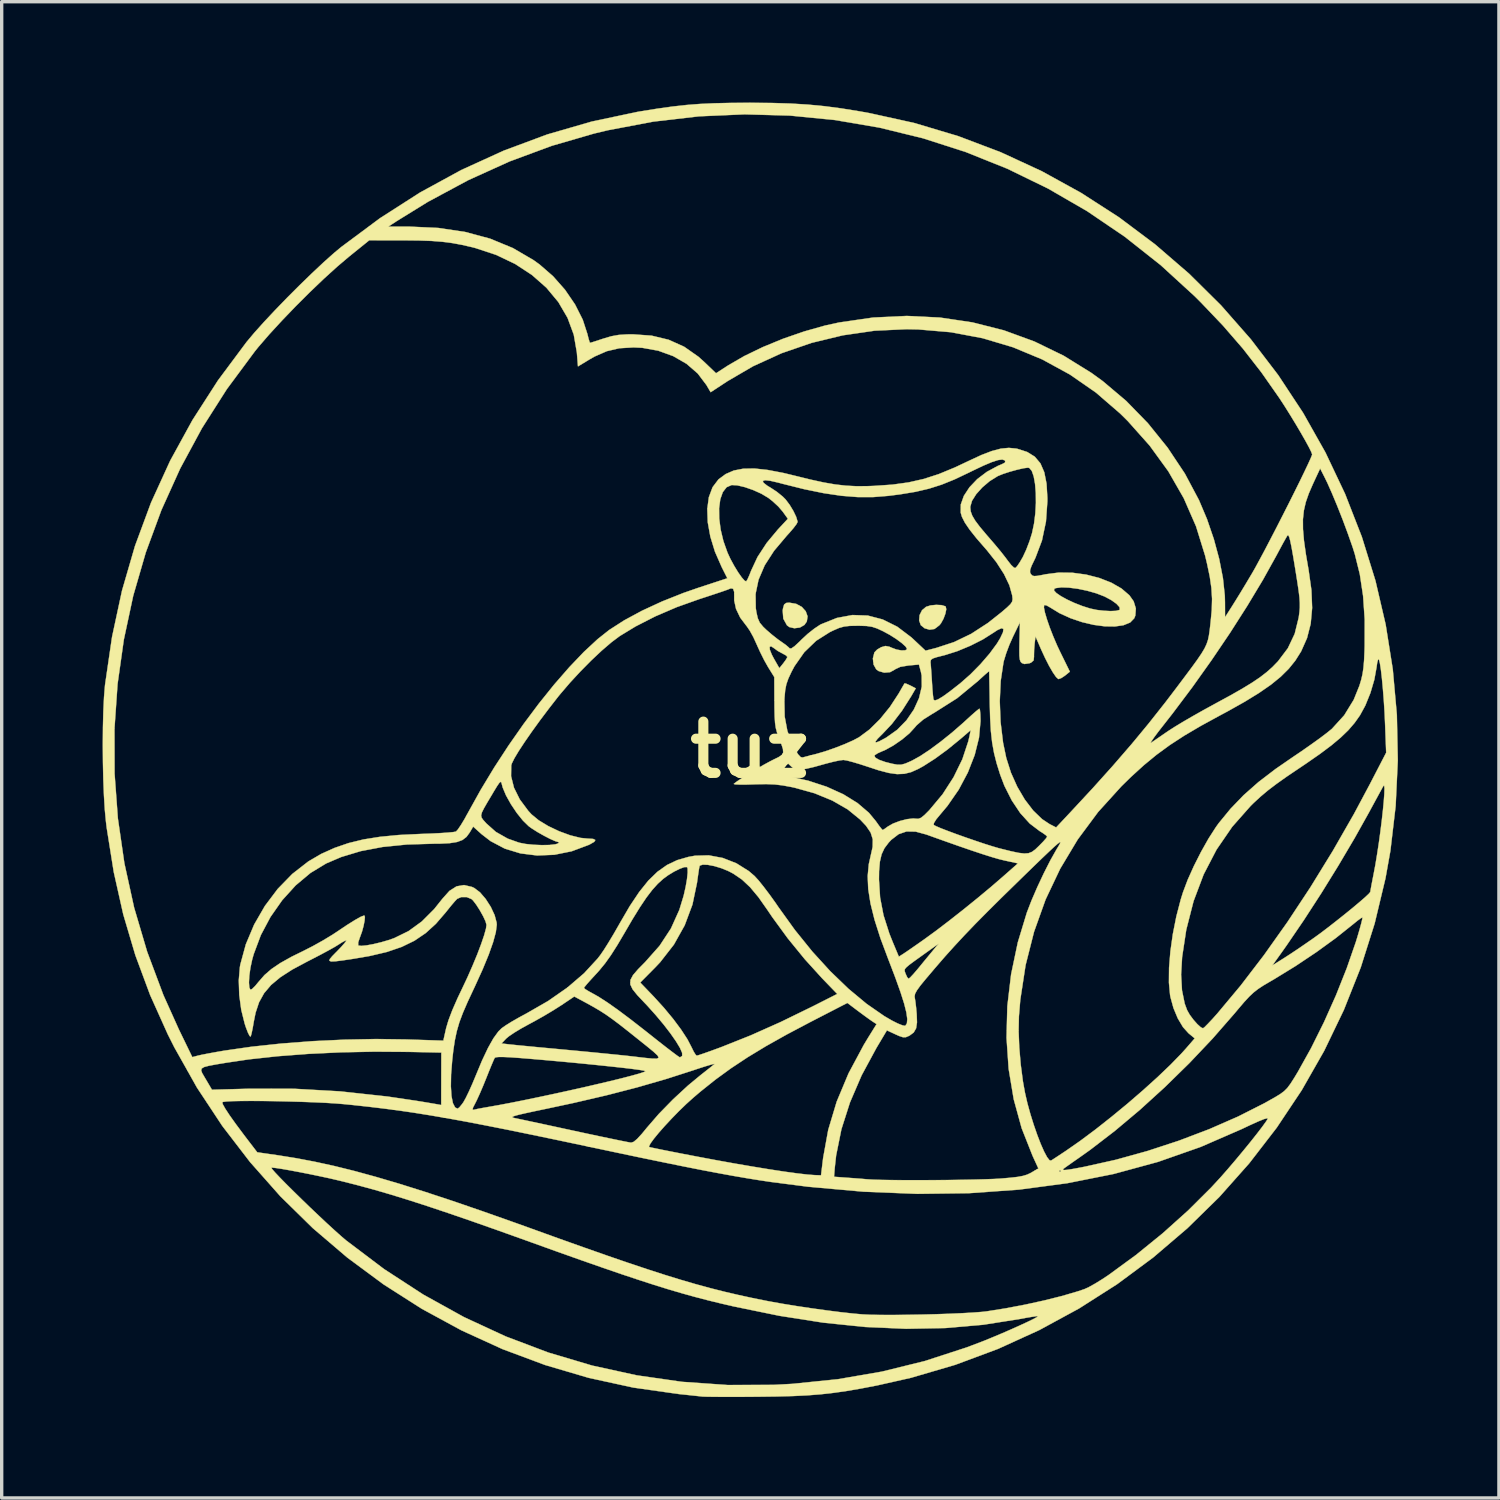
<source format=kicad_pcb>
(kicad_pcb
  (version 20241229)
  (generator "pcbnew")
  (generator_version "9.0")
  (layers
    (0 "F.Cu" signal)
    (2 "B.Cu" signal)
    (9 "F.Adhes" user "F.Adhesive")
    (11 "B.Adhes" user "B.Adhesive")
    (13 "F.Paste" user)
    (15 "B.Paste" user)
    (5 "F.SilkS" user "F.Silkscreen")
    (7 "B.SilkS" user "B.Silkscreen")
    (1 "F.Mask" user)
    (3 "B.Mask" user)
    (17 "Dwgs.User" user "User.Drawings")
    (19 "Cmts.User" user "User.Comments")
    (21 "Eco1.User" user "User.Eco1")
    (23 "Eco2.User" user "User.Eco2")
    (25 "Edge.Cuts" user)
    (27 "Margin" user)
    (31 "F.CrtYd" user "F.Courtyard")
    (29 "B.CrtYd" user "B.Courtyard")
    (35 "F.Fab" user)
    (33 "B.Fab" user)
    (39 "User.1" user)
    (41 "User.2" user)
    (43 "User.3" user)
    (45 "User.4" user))
  (footprint "tuz"
    (layer "F.Cu")
    (at 19.231 19.229)
    (property "Reference" "tuz" (at 0 0 0) (layer "F.SilkS") (effects (font (size 1.524 1.524) (thickness 0.3))))
    (attr through_hole)
    (fp_poly (pts (xy 1.379 -4.334) (xy 1.547 -4.243) (xy 1.664 -4.113) (xy 1.718 -3.962) (xy 1.696 -3.81) (xy 1.626 -3.708) (xy 1.49 -3.63) (xy 1.325 -3.609) (xy 1.173 -3.645) (xy 1.106 -3.696) (xy 0.997 -3.894) (xy 0.979 -4.133) (xy 0.988 -4.195) (xy 1.022 -4.314) (xy 1.085 -4.361) (xy 1.173 -4.369) (xy 1.379 -4.334)) (stroke (width 0.01) (type solid)) (fill yes) (layer "F.SilkS"))
    (fp_poly (pts (xy 5.701 -4.296) (xy 5.811 -4.262) (xy 5.824 -4.251) (xy 5.84 -4.173) (xy 5.814 -4.042) (xy 5.758 -3.892) (xy 5.683 -3.756) (xy 5.635 -3.697) (xy 5.49 -3.587) (xy 5.343 -3.566) (xy 5.196 -3.608) (xy 5.083 -3.7) (xy 5.034 -3.84) (xy 5.047 -3.998) (xy 5.12 -4.145) (xy 5.241 -4.246) (xy 5.375 -4.288) (xy 5.542 -4.304) (xy 5.701 -4.296)) (stroke (width 0.01) (type solid)) (fill yes) (layer "F.SilkS"))
    (fp_poly (pts (xy 0.025 -19.224) (xy 0.656 -19.219) (xy 1.214 -19.202) (xy 1.725 -19.171) (xy 2.218 -19.124) (xy 2.72 -19.058) (xy 3.259 -18.971) (xy 3.556 -18.918) (xy 4.892 -18.623) (xy 6.194 -18.234) (xy 7.457 -17.756) (xy 8.677 -17.192) (xy 9.851 -16.545) (xy 10.975 -15.82) (xy 12.044 -15.019) (xy 13.056 -14.146) (xy 14.006 -13.205) (xy 14.89 -12.199) (xy 15.705 -11.132) (xy 16.446 -10.008) (xy 17.11 -8.83) (xy 17.692 -7.602) (xy 18.19 -6.326) (xy 18.595 -5.021) (xy 18.898 -3.72) (xy 19.11 -2.387) (xy 19.231 -1.036) (xy 19.259 0.322) (xy 19.195 1.672) (xy 19.039 3.004) (xy 18.893 3.821) (xy 18.571 5.165) (xy 18.158 6.47) (xy 17.656 7.733) (xy 17.07 8.951) (xy 16.404 10.119) (xy 15.661 11.233) (xy 14.844 12.292) (xy 13.958 13.289) (xy 13.005 14.223) (xy 11.99 15.09) (xy 10.917 15.885) (xy 9.788 16.605) (xy 8.607 17.247) (xy 7.379 17.807) (xy 6.106 18.281) (xy 4.792 18.666) (xy 3.785 18.893) (xy 3.306 18.985) (xy 2.882 19.058) (xy 2.49 19.114) (xy 2.108 19.157) (xy 1.713 19.188) (xy 1.282 19.209) (xy 0.793 19.222) (xy 0.254 19.229) (xy -0.135 19.232) (xy -0.499 19.233) (xy -0.823 19.233) (xy -1.092 19.231) (xy -1.293 19.228) (xy -1.409 19.224) (xy -1.422 19.222) (xy -1.55 19.208) (xy -1.747 19.187) (xy -1.98 19.162) (xy -2.108 19.149) (xy -3.46 18.957) (xy -4.786 18.668) (xy -6.082 18.286) (xy -7.345 17.815) (xy -8.568 17.256) (xy -9.749 16.614) (xy -10.882 15.891) (xy -11.963 15.091) (xy -12.987 14.217) (xy -13.95 13.272) (xy -14.702 12.422) (xy -14.217 12.422) (xy -14.192 12.466) (xy -14.103 12.568) (xy -13.96 12.719) (xy -13.775 12.908) (xy -13.556 13.125) (xy -13.315 13.361) (xy -13.063 13.605) (xy -12.809 13.846) (xy -12.565 14.075) (xy -12.34 14.281) (xy -12.146 14.455) (xy -11.992 14.586) (xy -11.989 14.588) (xy -10.866 15.436) (xy -9.7 16.194) (xy -8.495 16.861) (xy -7.254 17.436) (xy -5.982 17.917) (xy -4.683 18.303) (xy -3.359 18.593) (xy -2.015 18.786) (xy -0.654 18.881) (xy 0.719 18.876) (xy 1.27 18.846) (xy 2.62 18.708) (xy 3.925 18.483) (xy 5.196 18.17) (xy 6.444 17.764) (xy 6.96 17.568) (xy 7.226 17.459) (xy 7.504 17.342) (xy 7.779 17.222) (xy 8.035 17.107) (xy 8.258 17.004) (xy 8.431 16.919) (xy 8.54 16.86) (xy 8.57 16.833) (xy 8.516 16.836) (xy 8.385 16.855) (xy 8.196 16.887) (xy 8.025 16.919) (xy 6.931 17.091) (xy 5.807 17.188) (xy 4.645 17.21) (xy 3.44 17.157) (xy 2.186 17.028) (xy 0.877 16.823) (xy -0.483 16.544) (xy -0.875 16.453) (xy -1.255 16.36) (xy -1.633 16.261) (xy -2.018 16.154) (xy -2.42 16.036) (xy -2.848 15.903) (xy -3.311 15.753) (xy -3.821 15.583) (xy -4.385 15.389) (xy -5.014 15.169) (xy -5.718 14.919) (xy -6.505 14.636) (xy -6.629 14.591) (xy -7.479 14.287) (xy -8.245 14.017) (xy -8.937 13.779) (xy -9.564 13.569) (xy -10.137 13.384) (xy -10.665 13.221) (xy -11.159 13.077) (xy -11.629 12.949) (xy -12.084 12.833) (xy -12.217 12.801) (xy -12.482 12.739) (xy -12.776 12.676) (xy -13.08 12.613) (xy -13.38 12.554) (xy -13.657 12.502) (xy -13.896 12.46) (xy -14.08 12.432) (xy -14.191 12.42) (xy -14.217 12.422) (xy -14.702 12.422) (xy -14.847 12.259) (xy -15.675 11.181) (xy -16.141 10.475) (xy -15.674 10.475) (xy -15.662 10.534) (xy -15.589 10.665) (xy -15.458 10.865) (xy -15.272 11.126) (xy -15.034 11.445) (xy -14.929 11.583) (xy -14.636 11.965) (xy -14.011 12.055) (xy -13.48 12.14) (xy -12.932 12.244) (xy -12.359 12.369) (xy -11.753 12.519) (xy -11.107 12.696) (xy -10.411 12.901) (xy -9.658 13.138) (xy -8.84 13.408) (xy -7.949 13.714) (xy -6.976 14.058) (xy -6.553 14.21) (xy -5.697 14.519) (xy -4.927 14.793) (xy -4.233 15.037) (xy -3.607 15.252) (xy -3.039 15.442) (xy -2.521 15.609) (xy -2.043 15.756) (xy -1.597 15.886) (xy -1.172 16.002) (xy -0.761 16.106) (xy -0.354 16.201) (xy 0.058 16.291) (xy 0.484 16.377) (xy 0.61 16.401) (xy 0.972 16.466) (xy 1.389 16.534) (xy 1.836 16.601) (xy 2.284 16.663) (xy 2.709 16.717) (xy 3.083 16.758) (xy 3.353 16.782) (xy 3.582 16.793) (xy 3.889 16.798) (xy 4.254 16.799) (xy 4.66 16.795) (xy 5.087 16.788) (xy 5.518 16.777) (xy 5.934 16.763) (xy 6.317 16.746) (xy 6.648 16.727) (xy 6.908 16.707) (xy 7.039 16.692) (xy 7.606 16.602) (xy 8.184 16.492) (xy 8.75 16.368) (xy 9.277 16.236) (xy 9.741 16.1) (xy 9.949 16.03) (xy 10.081 15.969) (xy 10.269 15.864) (xy 10.484 15.731) (xy 10.66 15.614) (xy 11.477 15.017) (xy 12.274 14.37) (xy 13.028 13.693) (xy 13.717 13.007) (xy 13.989 12.712) (xy 14.204 12.467) (xy 14.432 12.2) (xy 14.66 11.926) (xy 14.878 11.659) (xy 15.072 11.414) (xy 15.232 11.205) (xy 15.346 11.047) (xy 15.393 10.972) (xy 15.377 10.953) (xy 15.282 10.978) (xy 15.107 11.049) (xy 14.847 11.167) (xy 14.617 11.276) (xy 13.401 11.805) (xy 12.132 12.25) (xy 10.809 12.61) (xy 9.433 12.884) (xy 8.003 13.074) (xy 6.518 13.18) (xy 4.978 13.2) (xy 3.383 13.136) (xy 1.733 12.988) (xy 0.635 12.847) (xy 0.282 12.794) (xy -0.09 12.734) (xy -0.333 12.692) (xy 2.505 12.692) (xy 2.916 12.722) (xy 3.137 12.738) (xy 3.342 12.754) (xy 3.49 12.767) (xy 3.505 12.768) (xy 3.668 12.778) (xy 3.915 12.785) (xy 4.232 12.79) (xy 4.6 12.793) (xy 5.005 12.793) (xy 5.428 12.792) (xy 5.855 12.789) (xy 6.268 12.783) (xy 6.652 12.776) (xy 6.989 12.767) (xy 7.263 12.757) (xy 7.439 12.747) (xy 7.74 12.721) (xy 7.96 12.696) (xy 8.12 12.666) (xy 8.242 12.629) (xy 8.347 12.58) (xy 8.366 12.569) (xy 8.446 12.522) (xy 9.195 12.522) (xy 9.22 12.548) (xy 9.246 12.522) (xy 9.22 12.497) (xy 9.195 12.522) (xy 8.446 12.522) (xy 8.515 12.482) (xy 9.305 12.482) (xy 9.337 12.493) (xy 9.432 12.486) (xy 9.601 12.46) (xy 9.853 12.413) (xy 9.956 12.393) (xy 10.879 12.187) (xy 11.817 11.927) (xy 12.75 11.621) (xy 13.656 11.277) (xy 14.513 10.902) (xy 15.299 10.504) (xy 15.615 10.326) (xy 15.764 10.235) (xy 15.878 10.151) (xy 15.974 10.056) (xy 16.07 9.927) (xy 16.186 9.745) (xy 16.292 9.569) (xy 16.683 8.867) (xy 17.065 8.098) (xy 17.423 7.296) (xy 17.742 6.494) (xy 18.009 5.724) (xy 18.055 5.575) (xy 18.121 5.35) (xy 18.172 5.164) (xy 18.203 5.035) (xy 18.21 4.985) (xy 18.165 5.006) (xy 18.065 5.078) (xy 17.931 5.187) (xy 17.922 5.194) (xy 17.417 5.597) (xy 16.841 6.015) (xy 16.22 6.43) (xy 15.578 6.824) (xy 15.447 6.9) (xy 15.257 7.012) (xy 15.106 7.112) (xy 14.974 7.215) (xy 14.843 7.338) (xy 14.695 7.498) (xy 14.512 7.713) (xy 14.398 7.849) (xy 13.757 8.583) (xy 13.064 9.315) (xy 12.336 10.028) (xy 11.591 10.706) (xy 10.847 11.331) (xy 10.121 11.889) (xy 9.799 12.118) (xy 9.615 12.246) (xy 9.461 12.355) (xy 9.356 12.43) (xy 9.324 12.455) (xy 9.305 12.482) (xy 8.515 12.482) (xy 8.578 12.446) (xy 8.405 12.069) (xy 8.081 11.25) (xy 7.844 10.387) (xy 7.694 9.488) (xy 7.631 8.564) (xy 7.636 8.355) (xy 7.99 8.355) (xy 8.009 8.845) (xy 8.053 9.358) (xy 8.118 9.856) (xy 8.18 10.199) (xy 8.251 10.507) (xy 8.339 10.826) (xy 8.438 11.143) (xy 8.542 11.443) (xy 8.646 11.713) (xy 8.745 11.938) (xy 8.834 12.105) (xy 8.906 12.199) (xy 8.952 12.212) (xy 9.022 12.168) (xy 9.152 12.083) (xy 9.321 11.971) (xy 9.398 11.92) (xy 9.821 11.625) (xy 10.277 11.285) (xy 10.75 10.911) (xy 11.226 10.519) (xy 11.687 10.121) (xy 12.119 9.731) (xy 12.505 9.362) (xy 12.829 9.029) (xy 12.964 8.879) (xy 13.224 8.579) (xy 13.04 8.428) (xy 12.874 8.243) (xy 12.72 7.984) (xy 12.592 7.678) (xy 12.503 7.354) (xy 12.491 7.291) (xy 12.457 6.922) (xy 12.459 6.683) (xy 12.819 6.683) (xy 12.845 7.149) (xy 12.926 7.547) (xy 12.998 7.741) (xy 13.075 7.877) (xy 13.183 8.023) (xy 13.301 8.156) (xy 13.405 8.25) (xy 13.47 8.28) (xy 13.517 8.244) (xy 13.615 8.146) (xy 13.751 8.002) (xy 13.899 7.836) (xy 14.588 7.011) (xy 15.047 6.412) (xy 15.53 6.412) (xy 15.88 6.192) (xy 16.066 6.072) (xy 16.302 5.915) (xy 16.555 5.741) (xy 16.764 5.596) (xy 16.967 5.449) (xy 17.196 5.275) (xy 17.439 5.085) (xy 17.683 4.891) (xy 17.914 4.703) (xy 18.118 4.532) (xy 18.283 4.389) (xy 18.395 4.284) (xy 18.44 4.23) (xy 18.441 4.227) (xy 18.451 4.165) (xy 18.476 4.026) (xy 18.513 3.835) (xy 18.538 3.708) (xy 18.592 3.422) (xy 18.644 3.106) (xy 18.695 2.774) (xy 18.741 2.437) (xy 18.782 2.11) (xy 18.816 1.805) (xy 18.842 1.536) (xy 18.858 1.315) (xy 18.863 1.156) (xy 18.855 1.071) (xy 18.834 1.073) (xy 18.796 1.14) (xy 18.72 1.279) (xy 18.614 1.474) (xy 18.487 1.707) (xy 18.408 1.854) (xy 17.974 2.63) (xy 17.493 3.444) (xy 16.985 4.266) (xy 16.467 5.065) (xy 15.959 5.81) (xy 15.798 6.038) (xy 15.53 6.412) (xy 15.047 6.412) (xy 15.285 6.101) (xy 15.98 5.121) (xy 16.663 4.087) (xy 17.324 3.013) (xy 17.954 1.914) (xy 18.43 1.022) (xy 18.913 0.089) (xy 18.882 -0.73) (xy 18.866 -1.096) (xy 18.843 -1.459) (xy 18.816 -1.804) (xy 18.787 -2.115) (xy 18.757 -2.374) (xy 18.727 -2.567) (xy 18.699 -2.677) (xy 18.695 -2.685) (xy 18.672 -2.677) (xy 18.647 -2.587) (xy 18.628 -2.451) (xy 18.561 -2.081) (xy 18.445 -1.687) (xy 18.293 -1.312) (xy 18.133 -1.019) (xy 17.974 -0.795) (xy 17.788 -0.579) (xy 17.561 -0.36) (xy 17.284 -0.128) (xy 16.944 0.127) (xy 16.531 0.414) (xy 16.332 0.548) (xy 15.958 0.8) (xy 15.654 1.016) (xy 15.4 1.209) (xy 15.18 1.394) (xy 14.974 1.584) (xy 14.883 1.674) (xy 14.337 2.292) (xy 13.872 2.97) (xy 13.489 3.707) (xy 13.189 4.502) (xy 12.972 5.351) (xy 12.849 6.162) (xy 12.819 6.683) (xy 12.459 6.683) (xy 12.461 6.481) (xy 12.501 5.991) (xy 12.574 5.475) (xy 12.678 4.952) (xy 12.81 4.446) (xy 12.875 4.238) (xy 13.014 3.869) (xy 13.198 3.459) (xy 13.41 3.04) (xy 13.633 2.644) (xy 13.853 2.301) (xy 13.937 2.184) (xy 14.288 1.756) (xy 14.675 1.354) (xy 15.116 0.964) (xy 15.627 0.573) (xy 16.117 0.235) (xy 16.407 0.039) (xy 16.688 -0.158) (xy 16.942 -0.34) (xy 17.149 -0.497) (xy 17.292 -0.613) (xy 17.306 -0.626) (xy 17.667 -1.023) (xy 17.948 -1.481) (xy 18.118 -1.901) (xy 18.172 -2.081) (xy 18.211 -2.25) (xy 18.238 -2.433) (xy 18.257 -2.656) (xy 18.27 -2.944) (xy 18.274 -3.099) (xy 18.275 -3.873) (xy 18.227 -4.572) (xy 18.13 -5.214) (xy 17.981 -5.814) (xy 17.916 -6.02) (xy 17.774 -6.423) (xy 17.619 -6.84) (xy 17.458 -7.247) (xy 17.303 -7.619) (xy 17.163 -7.934) (xy 17.087 -8.089) (xy 16.951 -8.357) (xy 16.731 -7.884) (xy 16.612 -7.609) (xy 16.524 -7.356) (xy 16.467 -7.107) (xy 16.439 -6.845) (xy 16.441 -6.553) (xy 16.47 -6.214) (xy 16.527 -5.81) (xy 16.608 -5.338) (xy 16.692 -4.741) (xy 16.713 -4.213) (xy 16.67 -3.742) (xy 16.561 -3.316) (xy 16.387 -2.924) (xy 16.376 -2.906) (xy 16.213 -2.647) (xy 16.017 -2.404) (xy 15.779 -2.168) (xy 15.488 -1.931) (xy 15.134 -1.686) (xy 14.709 -1.425) (xy 14.202 -1.14) (xy 13.97 -1.016) (xy 13.406 -0.708) (xy 12.917 -0.42) (xy 12.485 -0.139) (xy 12.09 0.15) (xy 11.712 0.461) (xy 11.331 0.808) (xy 11.045 1.088) (xy 10.354 1.85) (xy 9.747 2.668) (xy 9.226 3.537) (xy 8.792 4.452) (xy 8.449 5.41) (xy 8.197 6.404) (xy 8.04 7.432) (xy 7.999 7.925) (xy 7.99 8.355) (xy 7.636 8.355) (xy 7.655 7.623) (xy 7.767 6.674) (xy 7.966 5.727) (xy 8.234 4.844) (xy 8.372 4.486) (xy 8.545 4.085) (xy 8.738 3.674) (xy 8.934 3.288) (xy 9.118 2.961) (xy 9.141 2.924) (xy 9.193 2.837) (xy 9.225 2.777) (xy 9.232 2.748) (xy 9.207 2.754) (xy 9.145 2.801) (xy 9.04 2.893) (xy 8.888 3.035) (xy 8.681 3.232) (xy 8.415 3.489) (xy 8.085 3.81) (xy 7.952 3.94) (xy 7.478 4.403) (xy 7.067 4.811) (xy 6.705 5.177) (xy 6.381 5.515) (xy 6.081 5.838) (xy 5.793 6.158) (xy 5.505 6.491) (xy 5.237 6.807) (xy 5.072 7.008) (xy 4.968 7.152) (xy 4.913 7.254) (xy 4.899 7.332) (xy 4.903 7.366) (xy 4.922 7.481) (xy 4.943 7.658) (xy 4.961 7.853) (xy 4.97 8.105) (xy 4.943 8.282) (xy 4.872 8.405) (xy 4.749 8.496) (xy 4.731 8.505) (xy 4.64 8.544) (xy 4.555 8.546) (xy 4.44 8.508) (xy 4.332 8.46) (xy 4.076 8.341) (xy 3.765 8.863) (xy 3.325 9.677) (xy 2.978 10.484) (xy 2.724 11.279) (xy 2.567 12.058) (xy 2.526 12.429) (xy 2.505 12.692) (xy -0.333 12.692) (xy -0.492 12.665) (xy -0.931 12.585) (xy -1.417 12.493) (xy -1.958 12.386) (xy -2.564 12.263) (xy -3.243 12.123) (xy -4.004 11.963) (xy -4.75 11.805) (xy -4.834 11.787) (xy -2.993 11.787) (xy -2.989 11.808) (xy -2.937 11.821) (xy -2.797 11.85) (xy -2.585 11.894) (xy -2.311 11.948) (xy -1.99 12.011) (xy -1.635 12.079) (xy -1.626 12.081) (xy -1.03 12.193) (xy -0.455 12.297) (xy 0.088 12.39) (xy 0.588 12.472) (xy 1.034 12.54) (xy 1.415 12.592) (xy 1.718 12.627) (xy 1.934 12.643) (xy 1.935 12.643) (xy 2.118 12.649) (xy 2.181 12.131) (xy 2.332 11.299) (xy 2.583 10.462) (xy 2.936 9.619) (xy 3.39 8.771) (xy 3.515 8.564) (xy 3.769 8.155) (xy 3.65 8.078) (xy 3.552 8.01) (xy 3.403 7.902) (xy 3.234 7.777) (xy 3.216 7.764) (xy 2.901 7.526) (xy 1.792 8.098) (xy 1.099 8.464) (xy 0.486 8.808) (xy -0.062 9.14) (xy -0.559 9.469) (xy -1.023 9.807) (xy -1.467 10.162) (xy -1.683 10.346) (xy -1.89 10.533) (xy -2.107 10.743) (xy -2.322 10.964) (xy -2.525 11.182) (xy -2.705 11.386) (xy -2.85 11.563) (xy -2.95 11.701) (xy -2.993 11.787) (xy -4.834 11.787) (xy -5.644 11.616) (xy -6.45 11.448) (xy -7.177 11.299) (xy -7.834 11.169) (xy -8.432 11.054) (xy -8.981 10.954) (xy -9.146 10.926) (xy -7.055 10.926) (xy -7.018 10.941) (xy -6.985 10.948) (xy -6.886 10.969) (xy -6.701 11.008) (xy -6.445 11.063) (xy -6.131 11.13) (xy -5.774 11.207) (xy -5.387 11.291) (xy -5.207 11.33) (xy -4.817 11.414) (xy -4.455 11.491) (xy -4.135 11.558) (xy -3.868 11.613) (xy -3.669 11.653) (xy -3.55 11.675) (xy -3.524 11.678) (xy -3.45 11.654) (xy -3.346 11.568) (xy -3.203 11.412) (xy -3.061 11.239) (xy -2.7 10.822) (xy -2.28 10.392) (xy -1.833 9.979) (xy -1.473 9.681) (xy -1.303 9.547) (xy -1.16 9.434) (xy -1.067 9.358) (xy -1.044 9.339) (xy -1.071 9.339) (xy -1.179 9.368) (xy -1.352 9.42) (xy -1.574 9.492) (xy -1.674 9.526) (xy -2.486 9.787) (xy -3.342 10.034) (xy -4.255 10.27) (xy -5.243 10.5) (xy -6.02 10.666) (xy -6.388 10.743) (xy -6.665 10.803) (xy -6.861 10.848) (xy -6.985 10.882) (xy -7.047 10.907) (xy -7.055 10.926) (xy -9.146 10.926) (xy -9.49 10.867) (xy -9.969 10.79) (xy -10.429 10.723) (xy -10.647 10.694) (xy -8.239 10.694) (xy -8.208 10.704) (xy -8.189 10.699) (xy -8.096 10.677) (xy -7.938 10.647) (xy -7.772 10.618) (xy -7.45 10.561) (xy -7.081 10.491) (xy -6.677 10.41) (xy -6.249 10.321) (xy -5.808 10.227) (xy -5.365 10.13) (xy -4.931 10.033) (xy -4.519 9.937) (xy -4.137 9.847) (xy -3.799 9.764) (xy -3.515 9.69) (xy -3.296 9.629) (xy -3.154 9.583) (xy -3.099 9.554) (xy -3.099 9.553) (xy -3.148 9.537) (xy -3.289 9.514) (xy -3.512 9.484) (xy -3.809 9.449) (xy -4.169 9.41) (xy -4.583 9.367) (xy -5.042 9.321) (xy -5.537 9.274) (xy -6.057 9.227) (xy -6.451 9.193) (xy -6.832 9.162) (xy -7.123 9.141) (xy -7.333 9.132) (xy -7.473 9.133) (xy -7.552 9.143) (xy -7.58 9.16) (xy -7.613 9.229) (xy -7.674 9.372) (xy -7.753 9.565) (xy -7.828 9.754) (xy -7.926 9.995) (xy -8.025 10.226) (xy -8.111 10.414) (xy -8.157 10.506) (xy -8.223 10.634) (xy -8.239 10.694) (xy -10.647 10.694) (xy -10.88 10.664) (xy -11.33 10.61) (xy -11.791 10.56) (xy -12.04 10.535) (xy -12.291 10.514) (xy -12.597 10.495) (xy -12.944 10.479) (xy -13.319 10.465) (xy -13.708 10.454) (xy -14.098 10.445) (xy -14.473 10.44) (xy -14.821 10.438) (xy -15.127 10.44) (xy -15.378 10.445) (xy -15.561 10.455) (xy -15.661 10.469) (xy -15.674 10.475) (xy -16.141 10.475) (xy -16.428 10.042) (xy -16.716 9.528) (xy -16.303 9.528) (xy -16.275 9.607) (xy -16.212 9.716) (xy -16.168 9.79) (xy -15.982 10.106) (xy -14.862 10.075) (xy -13.535 10.077) (xy -12.175 10.154) (xy -10.768 10.307) (xy -9.906 10.435) (xy -9.647 10.477) (xy -9.428 10.514) (xy -9.266 10.542) (xy -9.179 10.558) (xy -9.169 10.56) (xy -9.169 10.514) (xy -9.169 10.384) (xy -9.169 10.187) (xy -9.168 9.939) (xy -9.168 9.783) (xy -9.166 9.001) (xy -10.133 8.981) (xy -11.148 8.974) (xy -12.148 8.994) (xy -13.115 9.04) (xy -14.033 9.11) (xy -14.884 9.203) (xy -15.538 9.3) (xy -15.847 9.351) (xy -16.067 9.392) (xy -16.21 9.429) (xy -16.284 9.472) (xy -16.303 9.528) (xy -16.716 9.528) (xy -17.101 8.844) (xy -17.295 8.458) (xy -17.82 7.29) (xy -18.259 6.107) (xy -18.618 4.895) (xy -18.9 3.639) (xy -19.11 2.323) (xy -19.133 2.134) (xy -19.166 1.787) (xy -19.192 1.363) (xy -19.211 0.885) (xy -19.222 0.374) (xy -19.226 -0.148) (xy -19.222 -0.624) (xy -18.879 -0.624) (xy -18.876 0.709) (xy -18.778 2.043) (xy -18.585 3.373) (xy -18.295 4.695) (xy -17.908 6.003) (xy -17.425 7.293) (xy -16.965 8.315) (xy -16.566 9.137) (xy -16.398 9.092) (xy -16.282 9.066) (xy -16.093 9.029) (xy -15.857 8.986) (xy -15.621 8.945) (xy -14.807 8.828) (xy -13.92 8.733) (xy -12.99 8.662) (xy -12.042 8.617) (xy -11.106 8.599) (xy -10.208 8.611) (xy -10.154 8.613) (xy -9.106 8.647) (xy -9.022 8.273) (xy -8.954 8.044) (xy -8.84 7.743) (xy -8.685 7.389) (xy -8.553 7.112) (xy -8.39 6.767) (xy -8.237 6.418) (xy -8.098 6.083) (xy -7.982 5.776) (xy -7.893 5.515) (xy -7.838 5.315) (xy -7.823 5.207) (xy -7.851 5.104) (xy -7.922 4.95) (xy -8.02 4.775) (xy -8.126 4.609) (xy -8.223 4.482) (xy -8.269 4.439) (xy -8.412 4.38) (xy -8.575 4.381) (xy -8.694 4.432) (xy -8.759 4.5) (xy -8.867 4.626) (xy -8.996 4.786) (xy -9.04 4.841) (xy -9.327 5.174) (xy -9.63 5.45) (xy -9.965 5.677) (xy -10.344 5.861) (xy -10.783 6.011) (xy -11.297 6.132) (xy -11.801 6.218) (xy -12.104 6.263) (xy -12.314 6.289) (xy -12.441 6.294) (xy -12.493 6.273) (xy -12.48 6.223) (xy -12.41 6.139) (xy -12.292 6.018) (xy -12.279 6.006) (xy -12.144 5.865) (xy -12.043 5.75) (xy -11.992 5.682) (xy -11.989 5.673) (xy -12.026 5.677) (xy -12.121 5.728) (xy -12.205 5.782) (xy -12.326 5.857) (xy -12.517 5.964) (xy -12.755 6.092) (xy -13.019 6.229) (xy -13.152 6.297) (xy -13.595 6.534) (xy -13.949 6.762) (xy -14.225 6.992) (xy -14.433 7.237) (xy -14.583 7.507) (xy -14.685 7.815) (xy -14.738 8.077) (xy -14.771 8.27) (xy -14.804 8.427) (xy -14.829 8.519) (xy -14.832 8.524) (xy -14.861 8.51) (xy -14.911 8.413) (xy -14.974 8.25) (xy -15.009 8.143) (xy -15.111 7.734) (xy -15.171 7.291) (xy -15.183 6.92) (xy -14.883 6.92) (xy -14.872 7.066) (xy -14.839 7.134) (xy -14.789 7.111) (xy -14.699 7.023) (xy -14.59 6.891) (xy -14.589 6.891) (xy -14.422 6.699) (xy -14.214 6.519) (xy -13.951 6.341) (xy -13.617 6.154) (xy -13.269 5.983) (xy -12.989 5.84) (xy -12.684 5.67) (xy -12.398 5.497) (xy -12.263 5.408) (xy -11.968 5.21) (xy -11.731 5.062) (xy -11.56 4.966) (xy -11.461 4.928) (xy -11.453 4.928) (xy -11.437 4.971) (xy -11.447 5.084) (xy -11.477 5.238) (xy -11.523 5.407) (xy -11.579 5.562) (xy -11.584 5.574) (xy -11.636 5.726) (xy -11.636 5.811) (xy -11.627 5.821) (xy -11.541 5.831) (xy -11.383 5.815) (xy -11.179 5.777) (xy -10.951 5.722) (xy -10.725 5.656) (xy -10.566 5.6) (xy -10.139 5.391) (xy -9.747 5.106) (xy -9.378 4.737) (xy -9.134 4.431) (xy -8.924 4.196) (xy -8.712 4.061) (xy -8.491 4.023) (xy -8.254 4.079) (xy -8.186 4.111) (xy -8.017 4.239) (xy -7.848 4.436) (xy -7.696 4.672) (xy -7.582 4.917) (xy -7.523 5.139) (xy -7.518 5.202) (xy -7.546 5.422) (xy -7.627 5.721) (xy -7.759 6.094) (xy -7.94 6.533) (xy -8.168 7.034) (xy -8.206 7.115) (xy -8.386 7.5) (xy -8.525 7.821) (xy -8.63 8.101) (xy -8.707 8.367) (xy -8.765 8.64) (xy -8.811 8.948) (xy -8.843 9.237) (xy -8.876 9.651) (xy -8.882 10.005) (xy -8.864 10.292) (xy -8.822 10.504) (xy -8.756 10.632) (xy -8.681 10.668) (xy -8.629 10.629) (xy -8.549 10.531) (xy -8.509 10.475) (xy -8.439 10.35) (xy -8.346 10.158) (xy -8.242 9.925) (xy -8.148 9.7) (xy -7.954 9.235) (xy -7.778 8.864) (xy -7.703 8.73) (xy -7.377 8.73) (xy -7.156 8.757) (xy -7.048 8.768) (xy -6.854 8.788) (xy -6.59 8.813) (xy -6.271 8.844) (xy -5.912 8.877) (xy -5.529 8.913) (xy -5.486 8.917) (xy -5.079 8.955) (xy -4.673 8.994) (xy -4.289 9.032) (xy -3.948 9.066) (xy -3.668 9.095) (xy -3.48 9.116) (xy -3.144 9.156) (xy -2.904 9.18) (xy -2.76 9.182) (xy -2.706 9.154) (xy -2.74 9.087) (xy -2.86 8.975) (xy -3.061 8.81) (xy -3.286 8.63) (xy -3.609 8.372) (xy -3.87 8.167) (xy -4.086 8.005) (xy -4.274 7.872) (xy -4.45 7.759) (xy -4.631 7.652) (xy -4.829 7.542) (xy -5.214 7.335) (xy -5.617 7.605) (xy -5.838 7.745) (xy -6.109 7.907) (xy -6.391 8.066) (xy -6.558 8.156) (xy -6.786 8.281) (xy -6.992 8.405) (xy -7.153 8.514) (xy -7.237 8.583) (xy -7.377 8.73) (xy -7.703 8.73) (xy -7.619 8.58) (xy -7.472 8.377) (xy -7.372 8.278) (xy -7.254 8.195) (xy -7.071 8.081) (xy -6.849 7.954) (xy -6.636 7.839) (xy -5.991 7.468) (xy -5.434 7.08) (xy -4.928 7.08) (xy -4.886 7.118) (xy -4.782 7.182) (xy -4.712 7.22) (xy -4.492 7.343) (xy -4.229 7.513) (xy -3.917 7.733) (xy -3.547 8.01) (xy -3.113 8.348) (xy -2.949 8.478) (xy -2.699 8.676) (xy -2.475 8.851) (xy -2.289 8.993) (xy -2.155 9.093) (xy -2.083 9.141) (xy -2.076 9.144) (xy -2.017 9.108) (xy -2.008 9.095) (xy -2.01 9.009) (xy -2.074 8.862) (xy -2.193 8.665) (xy -2.357 8.43) (xy -2.558 8.169) (xy -2.788 7.894) (xy -3.038 7.615) (xy -3.135 7.513) (xy -3.344 7.291) (xy -3.483 7.118) (xy -3.55 6.975) (xy -3.548 6.92) (xy -3.254 6.92) (xy -2.849 7.342) (xy -2.552 7.668) (xy -2.277 8) (xy -2.04 8.318) (xy -1.853 8.605) (xy -1.736 8.83) (xy -1.666 8.973) (xy -1.605 9.069) (xy -1.574 9.093) (xy -1.512 9.076) (xy -1.372 9.029) (xy -1.174 8.959) (xy -0.936 8.872) (xy -0.826 8.831) (xy 0.027 8.491) (xy 0.919 8.093) (xy 1.866 7.631) (xy 1.872 7.628) (xy 2.6 7.259) (xy 2.149 6.792) (xy 1.637 6.228) (xy 1.132 5.609) (xy 0.669 4.975) (xy 0.527 4.765) (xy 0.26 4.385) (xy 0.012 4.088) (xy -0.232 3.859) (xy -0.487 3.685) (xy -0.623 3.613) (xy -0.838 3.524) (xy -1.053 3.459) (xy -1.246 3.422) (xy -1.397 3.416) (xy -1.482 3.445) (xy -1.492 3.462) (xy -1.508 3.542) (xy -1.531 3.694) (xy -1.559 3.89) (xy -1.567 3.953) (xy -1.703 4.603) (xy -1.933 5.218) (xy -2.254 5.792) (xy -2.664 6.318) (xy -2.808 6.47) (xy -3.254 6.92) (xy -3.548 6.92) (xy -3.545 6.842) (xy -3.468 6.698) (xy -3.318 6.524) (xy -3.108 6.311) (xy -2.679 5.827) (xy -2.342 5.314) (xy -2.093 4.762) (xy -1.965 4.343) (xy -1.906 4.083) (xy -1.865 3.847) (xy -1.845 3.656) (xy -1.847 3.53) (xy -1.865 3.489) (xy -1.945 3.49) (xy -2.081 3.54) (xy -2.25 3.624) (xy -2.427 3.732) (xy -2.574 3.84) (xy -2.736 3.987) (xy -2.899 4.169) (xy -3.073 4.397) (xy -3.265 4.683) (xy -3.485 5.039) (xy -3.713 5.431) (xy -3.933 5.804) (xy -4.124 6.104) (xy -4.299 6.35) (xy -4.472 6.561) (xy -4.559 6.657) (xy -4.71 6.821) (xy -4.832 6.957) (xy -4.908 7.05) (xy -4.928 7.08) (xy -5.434 7.08) (xy -5.417 7.068) (xy -4.925 6.646) (xy -4.522 6.209) (xy -4.435 6.096) (xy -4.333 5.947) (xy -4.199 5.734) (xy -4.048 5.483) (xy -3.897 5.22) (xy -3.861 5.156) (xy -3.565 4.648) (xy -3.285 4.229) (xy -3.014 3.891) (xy -2.742 3.627) (xy -2.459 3.427) (xy -2.157 3.283) (xy -1.825 3.187) (xy -1.626 3.151) (xy -1.218 3.14) (xy -0.801 3.218) (xy -0.396 3.377) (xy -0.028 3.608) (xy 0.141 3.753) (xy 0.256 3.878) (xy 0.409 4.068) (xy 0.585 4.3) (xy 0.766 4.552) (xy 0.849 4.674) (xy 1.342 5.359) (xy 1.86 6) (xy 2.395 6.586) (xy 2.936 7.107) (xy 3.474 7.554) (xy 3.999 7.918) (xy 4.228 8.051) (xy 4.397 8.136) (xy 4.535 8.191) (xy 4.615 8.207) (xy 4.621 8.205) (xy 4.67 8.135) (xy 4.682 8.006) (xy 4.655 7.811) (xy 4.589 7.547) (xy 4.481 7.207) (xy 4.331 6.787) (xy 4.244 6.557) (xy 4.6 6.557) (xy 4.609 6.598) (xy 4.628 6.648) (xy 4.631 6.657) (xy 4.678 6.761) (xy 4.719 6.807) (xy 4.72 6.807) (xy 4.767 6.77) (xy 4.859 6.673) (xy 4.979 6.533) (xy 5.015 6.49) (xy 5.166 6.305) (xy 5.318 6.121) (xy 5.439 5.975) (xy 5.443 5.969) (xy 5.613 5.766) (xy 5.347 5.956) (xy 5.077 6.149) (xy 4.879 6.291) (xy 4.742 6.393) (xy 4.657 6.465) (xy 4.613 6.516) (xy 4.6 6.557) (xy 4.244 6.557) (xy 4.138 6.281) (xy 4.116 6.225) (xy 3.884 5.604) (xy 3.709 5.056) (xy 3.589 4.572) (xy 3.521 4.141) (xy 3.509 3.861) (xy 3.84 3.861) (xy 3.874 4.395) (xy 3.975 4.92) (xy 4.148 5.463) (xy 4.244 5.704) (xy 4.431 6.151) (xy 4.565 6.066) (xy 4.659 6.003) (xy 4.813 5.897) (xy 5.007 5.762) (xy 5.207 5.621) (xy 5.547 5.373) (xy 5.937 5.075) (xy 6.354 4.747) (xy 6.774 4.407) (xy 7.173 4.075) (xy 7.503 3.79) (xy 7.97 3.379) (xy 7.579 3.294) (xy 7.409 3.253) (xy 7.195 3.191) (xy 6.926 3.106) (xy 6.596 2.996) (xy 6.195 2.858) (xy 5.714 2.688) (xy 5.248 2.521) (xy 4.93 2.435) (xy 4.66 2.43) (xy 4.424 2.511) (xy 4.205 2.679) (xy 4.128 2.762) (xy 4.003 2.928) (xy 3.918 3.11) (xy 3.867 3.329) (xy 3.843 3.609) (xy 3.84 3.861) (xy 3.509 3.861) (xy 3.505 3.754) (xy 3.538 3.401) (xy 3.589 3.173) (xy 3.652 2.89) (xy 3.656 2.663) (xy 3.593 2.463) (xy 3.457 2.263) (xy 3.283 2.078) (xy 2.91 1.774) (xy 2.454 1.512) (xy 1.926 1.295) (xy 1.338 1.131) (xy 1.251 1.112) (xy 0.982 1.062) (xy 0.742 1.033) (xy 0.492 1.023) (xy 0.19 1.028) (xy 0.109 1.031) (xy -0.125 1.038) (xy -0.312 1.037) (xy -0.435 1.031) (xy -0.476 1.018) (xy -0.475 1.016) (xy -0.381 0.944) (xy -0.221 0.837) (xy -0.019 0.709) (xy -0.019 0.709) (xy 0.641 0.709) (xy 0.714 0.718) (xy 0.861 0.741) (xy 1.054 0.773) (xy 1.132 0.787) (xy 1.735 0.921) (xy 2.288 1.102) (xy 2.78 1.325) (xy 3.201 1.585) (xy 3.542 1.876) (xy 3.744 2.12) (xy 3.842 2.258) (xy 3.917 2.354) (xy 3.95 2.388) (xy 4.001 2.359) (xy 4.094 2.291) (xy 4.102 2.285) (xy 4.255 2.197) (xy 4.458 2.12) (xy 4.672 2.065) (xy 4.858 2.044) (xy 4.928 2.05) (xy 5.01 2.055) (xy 5.09 2.024) (xy 5.191 1.943) (xy 5.334 1.8) (xy 5.344 1.788) (xy 5.73 1.326) (xy 6.058 0.817) (xy 6.318 0.285) (xy 6.495 -0.249) (xy 6.531 -0.404) (xy 6.566 -0.58) (xy 6.267 -0.323) (xy 5.885 -0.011) (xy 5.51 0.264) (xy 5.165 0.485) (xy 5.004 0.574) (xy 4.795 0.667) (xy 4.593 0.717) (xy 4.379 0.726) (xy 4.131 0.691) (xy 3.829 0.612) (xy 3.531 0.514) (xy 3.286 0.434) (xy 3.064 0.368) (xy 2.889 0.322) (xy 2.785 0.305) (xy 2.782 0.305) (xy 2.669 0.319) (xy 2.493 0.356) (xy 2.285 0.409) (xy 2.223 0.426) (xy 1.911 0.513) (xy 1.678 0.567) (xy 1.51 0.592) (xy 1.39 0.587) (xy 1.304 0.556) (xy 1.253 0.518) (xy 1.143 0.415) (xy 0.864 0.561) (xy 0.729 0.636) (xy 0.649 0.689) (xy 0.641 0.709) (xy -0.019 0.709) (xy 0.201 0.575) (xy 0.417 0.449) (xy 0.606 0.346) (xy 0.7 0.298) (xy 0.856 0.222) (xy 0.953 0.158) (xy 0.994 0.084) (xy 0.986 -0.021) (xy 0.934 -0.181) (xy 0.856 -0.381) (xy 0.808 -0.516) (xy 0.774 -0.646) (xy 0.752 -0.796) (xy 0.74 -0.987) (xy 0.734 -1.244) (xy 0.733 -1.422) (xy 0.732 -1.462) (xy 1.029 -1.462) (xy 1.038 -0.985) (xy 1.119 -0.554) (xy 1.281 -0.138) (xy 1.333 -0.037) (xy 1.435 0.136) (xy 1.515 0.221) (xy 1.57 0.232) (xy 1.659 0.208) (xy 1.775 0.178) (xy 3.704 0.178) (xy 3.733 0.237) (xy 3.846 0.302) (xy 4.03 0.367) (xy 4.233 0.418) (xy 4.383 0.445) (xy 4.498 0.446) (xy 4.617 0.415) (xy 4.777 0.346) (xy 4.83 0.321) (xy 5.066 0.19) (xy 5.354 -0.001) (xy 5.675 -0.239) (xy 6.011 -0.509) (xy 6.344 -0.799) (xy 6.434 -0.882) (xy 6.592 -1.026) (xy 6.721 -1.139) (xy 6.806 -1.207) (xy 6.827 -1.219) (xy 6.842 -1.173) (xy 6.853 -1.049) (xy 6.858 -0.875) (xy 6.858 -0.846) (xy 6.813 -0.357) (xy 6.685 0.157) (xy 6.481 0.678) (xy 6.21 1.188) (xy 5.878 1.667) (xy 5.665 1.921) (xy 5.542 2.069) (xy 5.473 2.18) (xy 5.467 2.236) (xy 5.535 2.273) (xy 5.682 2.336) (xy 5.89 2.416) (xy 6.14 2.509) (xy 6.415 2.607) (xy 6.697 2.704) (xy 6.967 2.795) (xy 7.208 2.871) (xy 7.402 2.928) (xy 7.45 2.94) (xy 7.759 3.017) (xy 7.989 3.066) (xy 8.157 3.086) (xy 8.284 3.077) (xy 8.387 3.037) (xy 8.485 2.965) (xy 8.596 2.859) (xy 8.719 2.733) (xy 8.806 2.635) (xy 8.839 2.585) (xy 8.799 2.541) (xy 8.697 2.469) (xy 8.616 2.419) (xy 8.322 2.196) (xy 8.041 1.887) (xy 7.787 1.507) (xy 7.568 1.073) (xy 7.442 0.741) (xy 7.338 0.408) (xy 7.26 0.099) (xy 7.204 -0.211) (xy 7.166 -0.549) (xy 7.144 -0.938) (xy 7.132 -1.372) (xy 7.128 -1.67) (xy 7.123 -1.931) (xy 7.119 -2.138) (xy 7.117 -2.277) (xy 7.115 -2.33) (xy 7.079 -2.306) (xy 6.987 -2.227) (xy 6.855 -2.107) (xy 6.786 -2.043) (xy 6.165 -1.531) (xy 5.476 -1.094) (xy 5.436 -1.072) (xy 5.156 -0.896) (xy 4.955 -0.721) (xy 4.906 -0.662) (xy 4.747 -0.488) (xy 4.526 -0.303) (xy 4.277 -0.131) (xy 4.034 0.005) (xy 3.939 0.045) (xy 3.805 0.105) (xy 3.719 0.16) (xy 3.704 0.178) (xy 1.775 0.178) (xy 1.813 0.168) (xy 1.975 0.127) (xy 2.239 0.05) (xy 2.532 -0.052) (xy 2.822 -0.165) (xy 3.076 -0.278) (xy 3.251 -0.371) (xy 3.558 -0.599) (xy 3.869 -0.906) (xy 4.166 -1.271) (xy 4.428 -1.672) (xy 4.445 -1.702) (xy 4.525 -1.842) (xy 4.583 -1.941) (xy 4.602 -1.972) (xy 4.649 -1.962) (xy 4.751 -1.917) (xy 4.774 -1.906) (xy 4.934 -1.823) (xy 4.796 -1.585) (xy 4.522 -1.154) (xy 4.224 -0.765) (xy 3.946 -0.47) (xy 3.799 -0.324) (xy 3.734 -0.238) (xy 3.75 -0.213) (xy 3.847 -0.248) (xy 4.026 -0.343) (xy 4.058 -0.361) (xy 4.382 -0.591) (xy 4.658 -0.873) (xy 4.877 -1.193) (xy 5.031 -1.532) (xy 5.112 -1.874) (xy 5.109 -2.202) (xy 5.085 -2.319) (xy 5.028 -2.53) (xy 4.716 -2.502) (xy 4.473 -2.461) (xy 4.324 -2.392) (xy 4.31 -2.38) (xy 4.17 -2.303) (xy 3.995 -2.289) (xy 3.829 -2.337) (xy 3.759 -2.388) (xy 3.68 -2.529) (xy 3.67 -2.62) (xy 5.371 -2.62) (xy 5.374 -2.585) (xy 5.383 -2.48) (xy 5.396 -2.306) (xy 5.41 -2.092) (xy 5.415 -2.007) (xy 5.429 -1.796) (xy 5.444 -1.621) (xy 5.458 -1.509) (xy 5.463 -1.487) (xy 5.503 -1.462) (xy 5.593 -1.493) (xy 5.741 -1.582) (xy 5.951 -1.734) (xy 6.229 -1.952) (xy 6.248 -1.966) (xy 6.556 -2.237) (xy 6.856 -2.541) (xy 7.127 -2.855) (xy 7.347 -3.154) (xy 7.445 -3.317) (xy 7.526 -3.49) (xy 7.539 -3.588) (xy 7.484 -3.61) (xy 7.363 -3.556) (xy 7.237 -3.473) (xy 6.928 -3.277) (xy 6.558 -3.09) (xy 6.169 -2.928) (xy 5.803 -2.812) (xy 5.759 -2.801) (xy 5.561 -2.751) (xy 5.443 -2.712) (xy 5.386 -2.672) (xy 5.371 -2.62) (xy 3.67 -2.62) (xy 3.659 -2.71) (xy 3.702 -2.882) (xy 3.706 -2.892) (xy 3.787 -2.976) (xy 3.907 -3.046) (xy 4.033 -3.082) (xy 4.149 -3.06) (xy 4.222 -3.028) (xy 4.362 -2.976) (xy 4.505 -2.95) (xy 4.619 -2.953) (xy 4.673 -2.986) (xy 4.674 -2.994) (xy 4.632 -3.065) (xy 4.519 -3.168) (xy 4.356 -3.289) (xy 4.162 -3.412) (xy 3.963 -3.52) (xy 3.784 -3.603) (xy 3.635 -3.652) (xy 3.474 -3.676) (xy 3.262 -3.683) (xy 3.198 -3.683) (xy 2.972 -3.679) (xy 2.805 -3.66) (xy 2.654 -3.618) (xy 2.477 -3.541) (xy 2.377 -3.492) (xy 1.973 -3.236) (xy 1.621 -2.897) (xy 1.329 -2.48) (xy 1.24 -2.313) (xy 1.146 -2.111) (xy 1.087 -1.942) (xy 1.053 -1.767) (xy 1.033 -1.544) (xy 1.029 -1.462) (xy 0.732 -1.462) (xy 0.729 -2.159) (xy 0.544 -2.457) (xy 0.43 -2.659) (xy 0.308 -2.904) (xy 0.239 -3.056) (xy 0.591 -3.056) (xy 0.597 -2.97) (xy 0.655 -2.825) (xy 0.716 -2.709) (xy 0.88 -2.422) (xy 0.999 -2.57) (xy 1.076 -2.676) (xy 1.116 -2.749) (xy 1.117 -2.757) (xy 1.076 -2.802) (xy 0.978 -2.856) (xy 0.832 -2.935) (xy 0.729 -3.011) (xy 0.635 -3.073) (xy 0.591 -3.056) (xy 0.239 -3.056) (xy 0.202 -3.139) (xy 0.2 -3.143) (xy 0.106 -3.348) (xy 0.003 -3.535) (xy -0.089 -3.669) (xy -0.101 -3.683) (xy -0.283 -3.924) (xy -0.408 -4.185) (xy -0.462 -4.435) (xy -0.462 -4.507) (xy -0.462 -4.63) (xy 0.173 -4.63) (xy 0.179 -4.207) (xy 0.197 -4.089) (xy 0.238 -3.907) (xy 0.297 -3.775) (xy 0.399 -3.652) (xy 0.494 -3.561) (xy 0.661 -3.417) (xy 0.836 -3.279) (xy 0.94 -3.206) (xy 1.069 -3.115) (xy 1.162 -3.036) (xy 1.183 -3.012) (xy 1.232 -3.007) (xy 1.331 -3.074) (xy 1.485 -3.217) (xy 1.538 -3.271) (xy 1.72 -3.44) (xy 1.917 -3.596) (xy 2.091 -3.712) (xy 2.122 -3.728) (xy 2.589 -3.915) (xy 3.052 -4.001) (xy 3.506 -3.986) (xy 3.95 -3.87) (xy 4.383 -3.655) (xy 4.8 -3.34) (xy 4.877 -3.269) (xy 5.224 -2.942) (xy 5.546 -3.025) (xy 6.073 -3.198) (xy 6.579 -3.442) (xy 7.08 -3.767) (xy 7.484 -4.087) (xy 7.648 -4.228) (xy 7.748 -4.325) (xy 7.798 -4.401) (xy 7.811 -4.476) (xy 7.801 -4.573) (xy 7.798 -4.591) (xy 7.759 -4.732) (xy 9.042 -4.732) (xy 9.112 -4.656) (xy 9.247 -4.563) (xy 9.431 -4.462) (xy 9.648 -4.361) (xy 9.883 -4.269) (xy 10.119 -4.194) (xy 10.124 -4.193) (xy 10.314 -4.153) (xy 10.522 -4.129) (xy 10.721 -4.119) (xy 10.883 -4.126) (xy 10.982 -4.151) (xy 10.997 -4.164) (xy 10.988 -4.237) (xy 10.899 -4.335) (xy 10.747 -4.444) (xy 10.547 -4.551) (xy 10.54 -4.554) (xy 10.299 -4.647) (xy 10.027 -4.724) (xy 9.748 -4.782) (xy 9.484 -4.816) (xy 9.26 -4.824) (xy 9.097 -4.802) (xy 9.052 -4.782) (xy 9.042 -4.732) (xy 7.759 -4.732) (xy 7.716 -4.886) (xy 7.557 -5.218) (xy 7.33 -5.571) (xy 7.046 -5.929) (xy 7.011 -5.969) (xy 6.739 -6.282) (xy 6.536 -6.537) (xy 6.394 -6.746) (xy 6.306 -6.919) (xy 6.269 -7.045) (xy 6.271 -7.203) (xy 6.553 -7.203) (xy 6.566 -7.082) (xy 6.612 -6.955) (xy 6.7 -6.806) (xy 6.839 -6.621) (xy 7.038 -6.384) (xy 7.108 -6.304) (xy 7.285 -6.098) (xy 7.455 -5.894) (xy 7.594 -5.717) (xy 7.671 -5.613) (xy 7.769 -5.488) (xy 7.852 -5.411) (xy 7.891 -5.398) (xy 7.943 -5.449) (xy 8.023 -5.566) (xy 8.115 -5.724) (xy 8.117 -5.728) (xy 8.216 -5.941) (xy 8.314 -6.197) (xy 8.389 -6.436) (xy 8.449 -6.719) (xy 8.487 -7.023) (xy 8.504 -7.331) (xy 8.501 -7.627) (xy 8.479 -7.896) (xy 8.439 -8.12) (xy 8.382 -8.284) (xy 8.309 -8.371) (xy 8.27 -8.381) (xy 8.137 -8.364) (xy 7.946 -8.32) (xy 7.731 -8.261) (xy 7.531 -8.196) (xy 7.38 -8.135) (xy 7.371 -8.131) (xy 7.13 -7.981) (xy 6.911 -7.795) (xy 6.73 -7.594) (xy 6.605 -7.396) (xy 6.554 -7.22) (xy 6.553 -7.203) (xy 6.271 -7.203) (xy 6.272 -7.287) (xy 6.363 -7.543) (xy 6.53 -7.798) (xy 6.761 -8.041) (xy 7.046 -8.257) (xy 7.373 -8.434) (xy 7.489 -8.482) (xy 7.585 -8.532) (xy 7.592 -8.581) (xy 7.579 -8.596) (xy 7.507 -8.623) (xy 7.38 -8.607) (xy 7.191 -8.546) (xy 6.933 -8.437) (xy 6.598 -8.277) (xy 6.503 -8.23) (xy 6.086 -8.032) (xy 5.703 -7.877) (xy 5.325 -7.757) (xy 4.923 -7.663) (xy 4.469 -7.588) (xy 4.117 -7.543) (xy 3.668 -7.507) (xy 3.21 -7.507) (xy 2.728 -7.545) (xy 2.205 -7.622) (xy 1.626 -7.74) (xy 0.976 -7.902) (xy 0.849 -7.936) (xy 0.611 -7.991) (xy 0.457 -8.008) (xy 0.388 -7.987) (xy 0.409 -7.932) (xy 0.522 -7.844) (xy 0.622 -7.784) (xy 0.806 -7.663) (xy 0.981 -7.521) (xy 1.064 -7.438) (xy 1.185 -7.278) (xy 1.296 -7.094) (xy 1.38 -6.918) (xy 1.42 -6.783) (xy 1.421 -6.767) (xy 1.389 -6.703) (xy 1.301 -6.587) (xy 1.173 -6.438) (xy 1.099 -6.357) (xy 0.722 -5.91) (xy 0.443 -5.477) (xy 0.261 -5.051) (xy 0.173 -4.63) (xy -0.462 -4.63) (xy -0.463 -4.689) (xy -0.494 -4.782) (xy -0.561 -4.795) (xy -0.599 -4.78) (xy -0.675 -4.75) (xy -0.829 -4.696) (xy -1.045 -4.624) (xy -1.302 -4.539) (xy -1.502 -4.474) (xy -2.168 -4.237) (xy -2.808 -3.962) (xy -3.395 -3.662) (xy -3.862 -3.378) (xy -4.108 -3.194) (xy -4.397 -2.946) (xy -4.711 -2.651) (xy -5.032 -2.326) (xy -5.343 -1.99) (xy -5.626 -1.659) (xy -5.691 -1.58) (xy -5.971 -1.22) (xy -6.237 -0.867) (xy -6.479 -0.532) (xy -6.691 -0.226) (xy -6.866 0.04) (xy -6.995 0.256) (xy -7.071 0.41) (xy -7.088 0.465) (xy -7.093 0.788) (xy -7.007 1.13) (xy -6.835 1.477) (xy -6.584 1.815) (xy -6.487 1.921) (xy -6.271 2.099) (xy -5.987 2.271) (xy -5.665 2.424) (xy -5.335 2.545) (xy -5.026 2.622) (xy -4.819 2.642) (xy -4.654 2.652) (xy -4.588 2.684) (xy -4.621 2.738) (xy -4.753 2.814) (xy -4.786 2.83) (xy -5.292 3.019) (xy -5.808 3.123) (xy -6.32 3.144) (xy -6.815 3.082) (xy -7.28 2.94) (xy -7.702 2.717) (xy -7.968 2.512) (xy -8.219 2.286) (xy -8.326 2.466) (xy -8.419 2.592) (xy -8.537 2.683) (xy -8.697 2.743) (xy -8.916 2.778) (xy -9.211 2.793) (xy -9.384 2.794) (xy -10.189 2.818) (xy -10.911 2.891) (xy -11.559 3.014) (xy -12.139 3.189) (xy -12.587 3.38) (xy -13.055 3.664) (xy -13.495 4.033) (xy -13.895 4.474) (xy -14.243 4.971) (xy -14.529 5.509) (xy -14.741 6.075) (xy -14.786 6.234) (xy -14.839 6.481) (xy -14.872 6.717) (xy -14.883 6.92) (xy -15.183 6.92) (xy -15.185 6.853) (xy -15.152 6.458) (xy -15.14 6.388) (xy -14.975 5.783) (xy -14.728 5.197) (xy -14.409 4.644) (xy -14.028 4.138) (xy -13.595 3.693) (xy -13.119 3.322) (xy -12.734 3.097) (xy -12.338 2.919) (xy -11.926 2.777) (xy -11.481 2.668) (xy -10.986 2.589) (xy -10.424 2.535) (xy -9.779 2.504) (xy -9.779 2.504) (xy -9.471 2.493) (xy -9.195 2.479) (xy -8.968 2.464) (xy -8.807 2.448) (xy -8.73 2.433) (xy -8.73 2.433) (xy -8.674 2.372) (xy -8.585 2.241) (xy -8.475 2.059) (xy -8.417 1.953) (xy -7.983 1.953) (xy -7.969 2.02) (xy -7.924 2.085) (xy -7.851 2.166) (xy -7.827 2.193) (xy -7.546 2.443) (xy -7.192 2.644) (xy -6.853 2.764) (xy -6.659 2.802) (xy -6.424 2.826) (xy -6.177 2.836) (xy -5.952 2.832) (xy -5.778 2.812) (xy -5.715 2.794) (xy -5.662 2.76) (xy -5.683 2.747) (xy -5.781 2.718) (xy -5.937 2.649) (xy -6.124 2.552) (xy -6.316 2.443) (xy -6.485 2.335) (xy -6.568 2.275) (xy -6.741 2.106) (xy -6.924 1.878) (xy -7.097 1.62) (xy -7.243 1.359) (xy -7.341 1.126) (xy -7.364 1.041) (xy -7.381 0.976) (xy -7.404 0.954) (xy -7.443 0.987) (xy -7.509 1.083) (xy -7.613 1.254) (xy -7.652 1.321) (xy -7.8 1.569) (xy -7.901 1.745) (xy -7.961 1.867) (xy -7.983 1.953) (xy -8.417 1.953) (xy -8.366 1.861) (xy -7.997 1.197) (xy -7.595 0.531) (xy -7.167 -0.125) (xy -6.721 -0.763) (xy -6.267 -1.37) (xy -5.812 -1.936) (xy -5.364 -2.45) (xy -4.932 -2.903) (xy -4.524 -3.282) (xy -4.179 -3.556) (xy -3.731 -3.844) (xy -3.201 -4.13) (xy -2.608 -4.404) (xy -1.972 -4.657) (xy -1.54 -4.807) (xy -0.666 -5.094) (xy -0.835 -5.43) (xy -1.034 -5.884) (xy -1.171 -6.331) (xy -1.248 -6.758) (xy -1.262 -7.152) (xy -1.259 -7.177) (xy -0.911 -7.177) (xy -0.908 -6.872) (xy -0.865 -6.541) (xy -0.783 -6.199) (xy -0.662 -5.858) (xy -0.577 -5.674) (xy -0.462 -5.462) (xy -0.346 -5.272) (xy -0.239 -5.12) (xy -0.155 -5.024) (xy -0.106 -5.001) (xy -0.068 -5.059) (xy -0.012 -5.184) (xy 0.043 -5.324) (xy 0.231 -5.726) (xy 0.503 -6.143) (xy 0.836 -6.543) (xy 1.133 -6.862) (xy 0.979 -7.076) (xy 0.851 -7.225) (xy 0.679 -7.384) (xy 0.554 -7.482) (xy 0.347 -7.606) (xy 0.103 -7.716) (xy -0.147 -7.803) (xy -0.372 -7.856) (xy -0.537 -7.865) (xy -0.688 -7.8) (xy -0.801 -7.654) (xy -0.876 -7.442) (xy -0.911 -7.177) (xy -1.259 -7.177) (xy -1.215 -7.504) (xy -1.105 -7.8) (xy -0.932 -8.029) (xy -0.921 -8.039) (xy -0.713 -8.192) (xy -0.474 -8.296) (xy -0.194 -8.35) (xy 0.138 -8.356) (xy 0.532 -8.313) (xy 0.999 -8.224) (xy 1.346 -8.14) (xy 1.809 -8.026) (xy 2.2 -7.941) (xy 2.541 -7.882) (xy 2.855 -7.846) (xy 3.167 -7.83) (xy 3.499 -7.832) (xy 3.705 -7.84) (xy 4.241 -7.877) (xy 4.719 -7.943) (xy 5.169 -8.045) (xy 5.618 -8.19) (xy 6.095 -8.387) (xy 6.502 -8.579) (xy 6.883 -8.756) (xy 7.198 -8.877) (xy 7.465 -8.947) (xy 7.7 -8.969) (xy 7.919 -8.948) (xy 7.957 -8.94) (xy 8.245 -8.847) (xy 8.471 -8.707) (xy 8.638 -8.509) (xy 8.753 -8.244) (xy 8.82 -7.905) (xy 8.845 -7.481) (xy 8.845 -7.383) (xy 8.803 -6.781) (xy 8.684 -6.216) (xy 8.492 -5.707) (xy 8.465 -5.651) (xy 8.376 -5.467) (xy 8.333 -5.347) (xy 8.33 -5.27) (xy 8.354 -5.219) (xy 8.393 -5.177) (xy 8.449 -5.159) (xy 8.544 -5.165) (xy 8.704 -5.194) (xy 8.793 -5.213) (xy 9.183 -5.263) (xy 9.59 -5.258) (xy 9.997 -5.203) (xy 10.387 -5.103) (xy 10.743 -4.964) (xy 11.047 -4.79) (xy 11.282 -4.588) (xy 11.409 -4.409) (xy 11.474 -4.197) (xy 11.459 -3.987) (xy 11.426 -3.904) (xy 11.304 -3.779) (xy 11.107 -3.699) (xy 10.851 -3.662) (xy 10.55 -3.666) (xy 10.22 -3.71) (xy 9.876 -3.791) (xy 9.534 -3.907) (xy 9.207 -4.056) (xy 8.925 -4.228) (xy 8.821 -4.287) (xy 8.755 -4.3) (xy 8.75 -4.297) (xy 8.742 -4.225) (xy 8.771 -4.079) (xy 8.831 -3.876) (xy 8.915 -3.632) (xy 9.019 -3.366) (xy 9.135 -3.095) (xy 9.228 -2.899) (xy 9.513 -2.318) (xy 9.367 -2.2) (xy 9.258 -2.128) (xy 9.178 -2.099) (xy 9.169 -2.1) (xy 9.103 -2.16) (xy 9.009 -2.296) (xy 8.896 -2.491) (xy 8.775 -2.729) (xy 8.665 -2.967) (xy 8.492 -3.366) (xy 8.465 -3.143) (xy 8.451 -2.965) (xy 8.447 -2.802) (xy 8.448 -2.771) (xy 8.436 -2.653) (xy 8.36 -2.587) (xy 8.316 -2.569) (xy 8.163 -2.546) (xy 8.087 -2.574) (xy 8.05 -2.611) (xy 8.026 -2.677) (xy 8.013 -2.79) (xy 8.011 -2.969) (xy 8.015 -3.207) (xy 8.029 -3.784) (xy 7.82 -3.353) (xy 7.714 -3.114) (xy 7.62 -2.863) (xy 7.552 -2.642) (xy 7.54 -2.591) (xy 7.458 -2.045) (xy 7.43 -1.445) (xy 7.454 -0.822) (xy 7.528 -0.209) (xy 7.623 0.247) (xy 7.762 0.683) (xy 7.949 1.1) (xy 8.173 1.481) (xy 8.423 1.808) (xy 8.688 2.064) (xy 8.908 2.21) (xy 9.105 2.311) (xy 9.534 1.854) (xy 10.197 1.14) (xy 10.795 0.474) (xy 11.344 -0.161) (xy 11.378 -0.201) (xy 11.912 -0.201) (xy 11.924 -0.203) (xy 12.013 -0.264) (xy 12.16 -0.365) (xy 12.343 -0.491) (xy 12.455 -0.567) (xy 12.633 -0.681) (xy 12.879 -0.83) (xy 13.172 -1) (xy 13.489 -1.179) (xy 13.809 -1.354) (xy 13.843 -1.373) (xy 14.277 -1.609) (xy 14.632 -1.811) (xy 14.922 -1.988) (xy 15.16 -2.148) (xy 15.358 -2.301) (xy 15.532 -2.455) (xy 15.692 -2.62) (xy 15.698 -2.626) (xy 15.991 -3.014) (xy 16.195 -3.444) (xy 16.314 -3.926) (xy 16.317 -3.948) (xy 16.336 -4.093) (xy 16.347 -4.224) (xy 16.347 -4.359) (xy 16.337 -4.516) (xy 16.313 -4.714) (xy 16.275 -4.972) (xy 16.222 -5.306) (xy 16.206 -5.404) (xy 16.147 -5.759) (xy 16.1 -6.023) (xy 16.062 -6.207) (xy 16.032 -6.319) (xy 16.006 -6.37) (xy 15.983 -6.37) (xy 15.977 -6.362) (xy 15.93 -6.282) (xy 15.848 -6.136) (xy 15.744 -5.943) (xy 15.651 -5.769) (xy 15.25 -5.047) (xy 14.786 -4.275) (xy 14.274 -3.473) (xy 13.724 -2.66) (xy 13.151 -1.855) (xy 12.567 -1.078) (xy 12.3 -0.737) (xy 12.142 -0.535) (xy 12.02 -0.371) (xy 11.941 -0.256) (xy 11.912 -0.201) (xy 11.378 -0.201) (xy 11.857 -0.781) (xy 12.35 -1.405) (xy 12.666 -1.82) (xy 12.929 -2.17) (xy 13.139 -2.451) (xy 13.302 -2.676) (xy 13.424 -2.856) (xy 13.514 -3.006) (xy 13.576 -3.137) (xy 13.618 -3.262) (xy 13.646 -3.394) (xy 13.668 -3.546) (xy 13.689 -3.73) (xy 13.695 -3.783) (xy 13.73 -4.151) (xy 13.739 -4.481) (xy 13.72 -4.801) (xy 13.671 -5.142) (xy 13.589 -5.532) (xy 13.533 -5.766) (xy 13.263 -6.637) (xy 12.898 -7.473) (xy 12.439 -8.273) (xy 11.884 -9.037) (xy 11.235 -9.765) (xy 11.007 -9.991) (xy 10.287 -10.613) (xy 9.514 -11.149) (xy 8.692 -11.598) (xy 7.825 -11.959) (xy 6.919 -12.229) (xy 5.978 -12.406) (xy 5.007 -12.489) (xy 4.659 -12.496) (xy 3.709 -12.451) (xy 2.765 -12.314) (xy 1.839 -12.09) (xy 0.946 -11.782) (xy 0.098 -11.395) (xy -0.661 -10.952) (xy -1.162 -10.623) (xy -1.288 -10.838) (xy -1.545 -11.179) (xy -1.879 -11.468) (xy -2.275 -11.696) (xy -2.719 -11.857) (xy -3.196 -11.943) (xy -3.454 -11.955) (xy -3.875 -11.93) (xy -4.248 -11.843) (xy -4.611 -11.684) (xy -4.775 -11.59) (xy -5.105 -11.39) (xy -5.138 -11.804) (xy -5.23 -12.334) (xy -5.415 -12.835) (xy -5.688 -13.302) (xy -6.042 -13.728) (xy -6.472 -14.107) (xy -6.972 -14.435) (xy -7.536 -14.704) (xy -8.159 -14.91) (xy -8.24 -14.931) (xy -8.55 -15.002) (xy -8.841 -15.056) (xy -9.135 -15.094) (xy -9.456 -15.119) (xy -9.829 -15.132) (xy -10.276 -15.137) (xy -10.34 -15.137) (xy -11.308 -15.138) (xy -11.915 -14.648) (xy -12.266 -14.35) (xy -12.66 -13.992) (xy -13.077 -13.593) (xy -13.499 -13.172) (xy -13.906 -12.748) (xy -14.28 -12.341) (xy -14.601 -11.97) (xy -14.709 -11.836) (xy -15.539 -10.716) (xy -16.279 -9.554) (xy -16.927 -8.354) (xy -17.484 -7.122) (xy -17.949 -5.86) (xy -18.322 -4.575) (xy -18.601 -3.271) (xy -18.787 -1.953) (xy -18.879 -0.624) (xy -19.222 -0.624) (xy -19.222 -0.659) (xy -19.21 -1.137) (xy -19.19 -1.559) (xy -19.162 -1.904) (xy -19.159 -1.93) (xy -18.951 -3.354) (xy -18.655 -4.728) (xy -18.269 -6.056) (xy -17.793 -7.341) (xy -17.224 -8.587) (xy -16.561 -9.796) (xy -15.804 -10.973) (xy -14.953 -12.116) (xy -14.725 -12.388) (xy -14.437 -12.709) (xy -14.105 -13.063) (xy -13.746 -13.434) (xy -13.375 -13.805) (xy -13.009 -14.16) (xy -12.664 -14.484) (xy -12.355 -14.76) (xy -12.138 -14.94) (xy -11.324 -15.545) (xy -10.742 -15.545) (xy -10.122 -15.545) (xy -9.257 -15.505) (xy -8.455 -15.385) (xy -7.715 -15.186) (xy -7.039 -14.907) (xy -6.425 -14.548) (xy -6.246 -14.419) (xy -5.846 -14.071) (xy -5.49 -13.668) (xy -5.191 -13.23) (xy -4.963 -12.778) (xy -4.826 -12.357) (xy -4.789 -12.209) (xy -4.759 -12.113) (xy -4.746 -12.09) (xy -4.692 -12.105) (xy -4.567 -12.145) (xy -4.394 -12.202) (xy -4.348 -12.217) (xy -4.115 -12.286) (xy -3.894 -12.326) (xy -3.641 -12.342) (xy -3.478 -12.344) (xy -2.916 -12.304) (xy -2.409 -12.182) (xy -1.948 -11.974) (xy -1.524 -11.677) (xy -1.354 -11.524) (xy -1.002 -11.187) (xy -0.647 -11.417) (xy -0.166 -11.696) (xy 0.39 -11.965) (xy 0.993 -12.213) (xy 1.618 -12.429) (xy 2.237 -12.604) (xy 2.653 -12.695) (xy 3.665 -12.842) (xy 4.666 -12.89) (xy 5.651 -12.842) (xy 6.614 -12.699) (xy 7.552 -12.462) (xy 8.458 -12.131) (xy 9.327 -11.709) (xy 10.155 -11.196) (xy 10.49 -10.953) (xy 11.184 -10.367) (xy 11.831 -9.703) (xy 12.418 -8.975) (xy 12.932 -8.203) (xy 13.35 -7.417) (xy 13.589 -6.851) (xy 13.791 -6.261) (xy 13.951 -5.668) (xy 14.062 -5.099) (xy 14.118 -4.575) (xy 14.123 -4.379) (xy 14.125 -3.937) (xy 14.333 -4.263) (xy 14.438 -4.431) (xy 14.578 -4.658) (xy 14.735 -4.918) (xy 14.893 -5.183) (xy 14.92 -5.228) (xy 15.022 -5.406) (xy 15.151 -5.644) (xy 15.304 -5.929) (xy 15.472 -6.251) (xy 15.651 -6.596) (xy 15.833 -6.953) (xy 16.014 -7.309) (xy 16.186 -7.653) (xy 16.344 -7.972) (xy 16.481 -8.255) (xy 16.592 -8.488) (xy 16.67 -8.66) (xy 16.71 -8.759) (xy 16.713 -8.776) (xy 16.687 -8.849) (xy 16.616 -8.992) (xy 16.508 -9.19) (xy 16.372 -9.427) (xy 16.218 -9.688) (xy 16.054 -9.957) (xy 15.89 -10.219) (xy 15.737 -10.453) (xy 15.207 -11.21) (xy 14.658 -11.916) (xy 14.066 -12.6) (xy 13.41 -13.288) (xy 13.224 -13.474) (xy 12.212 -14.4) (xy 11.145 -15.244) (xy 10.027 -16.003) (xy 8.864 -16.676) (xy 7.659 -17.263) (xy 6.419 -17.761) (xy 5.147 -18.17) (xy 3.849 -18.487) (xy 2.53 -18.712) (xy 1.194 -18.844) (xy -0.153 -18.881) (xy -1.507 -18.822) (xy -2.862 -18.665) (xy -4.215 -18.409) (xy -4.629 -18.31) (xy -5.886 -17.945) (xy -7.134 -17.483) (xy -8.364 -16.926) (xy -9.566 -16.28) (xy -10.489 -15.71) (xy -10.742 -15.545) (xy -11.324 -15.545) (xy -10.988 -15.795) (xy -9.798 -16.558) (xy -8.572 -17.227) (xy -7.311 -17.802) (xy -6.019 -18.283) (xy -4.697 -18.666) (xy -3.348 -18.952) (xy -3.228 -18.973) (xy -2.739 -19.051) (xy -2.302 -19.112) (xy -1.893 -19.158) (xy -1.485 -19.19) (xy -1.053 -19.21) (xy -0.573 -19.221) (xy -0.018 -19.224) (xy 0.025 -19.224)) (stroke (width 0.01) (type solid)) (fill yes) (layer "F.SilkS")))
  (gr_rect
    (start -3 -3)
    (end 41.495 41.467)
    (stroke (width 0.1) (type default))
    (fill no)
    (layer "Edge.Cuts")))
</source>
